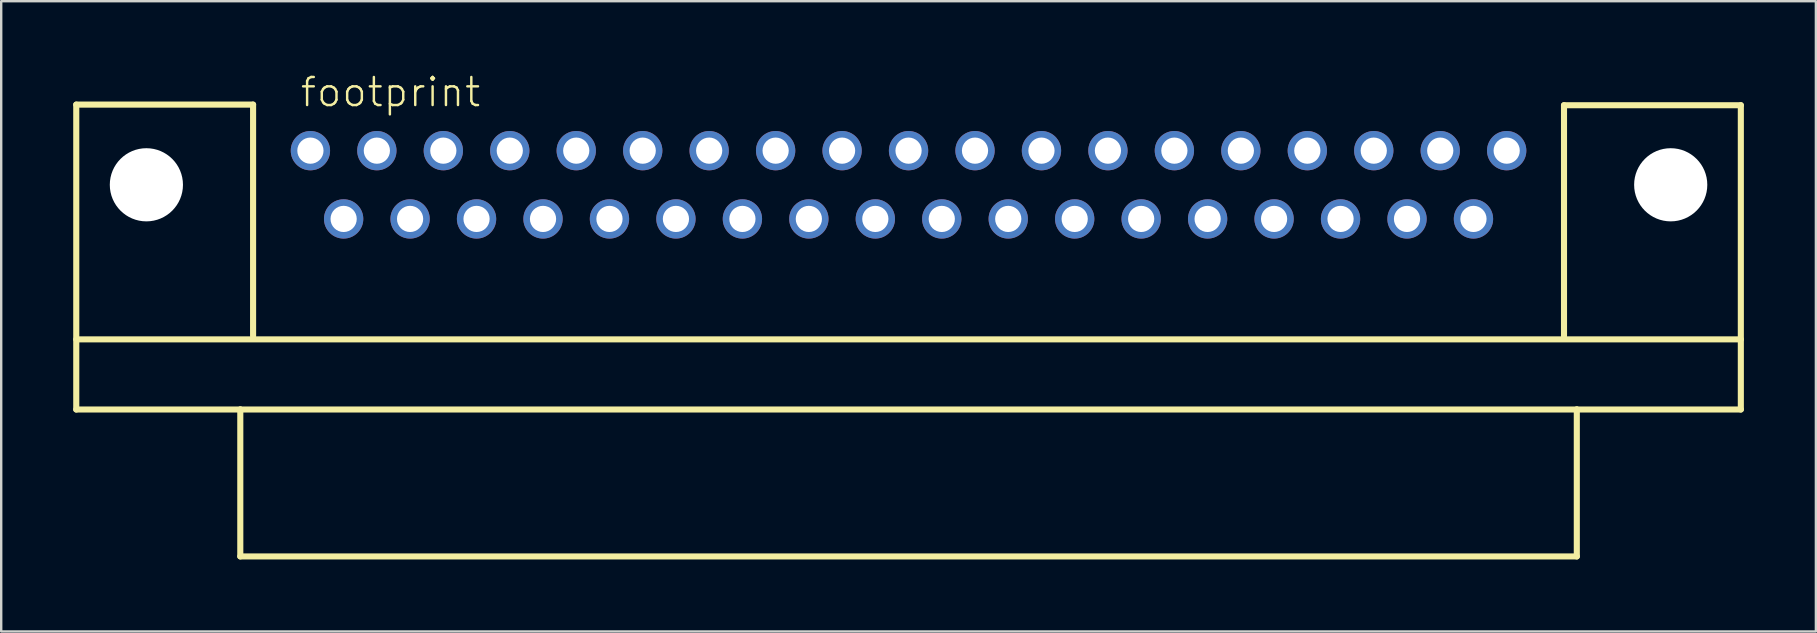
<source format=kicad_pcb>
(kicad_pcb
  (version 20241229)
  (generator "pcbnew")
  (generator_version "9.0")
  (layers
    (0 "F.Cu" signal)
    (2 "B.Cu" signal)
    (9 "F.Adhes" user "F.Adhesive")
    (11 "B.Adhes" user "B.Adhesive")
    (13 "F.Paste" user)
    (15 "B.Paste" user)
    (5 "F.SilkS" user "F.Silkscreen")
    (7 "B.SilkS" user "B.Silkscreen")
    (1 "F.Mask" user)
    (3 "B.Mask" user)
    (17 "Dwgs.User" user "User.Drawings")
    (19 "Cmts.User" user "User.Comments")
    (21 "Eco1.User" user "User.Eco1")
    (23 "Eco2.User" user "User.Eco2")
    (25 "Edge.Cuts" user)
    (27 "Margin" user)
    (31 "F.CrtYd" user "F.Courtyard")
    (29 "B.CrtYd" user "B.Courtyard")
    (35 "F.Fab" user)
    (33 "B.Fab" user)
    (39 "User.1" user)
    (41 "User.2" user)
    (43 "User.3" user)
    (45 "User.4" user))
  (footprint "footprint"
    (layer "F.Cu")
    (at 34.798 4.648)
    (property "Reference" "footprint" (at -25.4 -3.175 0) (layer "F.SilkS") (effects (font (size 1.168 1.168) (thickness 0.102)) (justify left bottom)))
    (fp_line (start -34.671 -3.34) (end -27.305 -3.34) (stroke (width 0.254) (type solid)) (layer "F.SilkS"))
    (fp_line (start -34.671 6.439) (end 34.671 6.439) (stroke (width 0.254) (type solid)) (layer "F.SilkS"))
    (fp_line (start -34.671 9.36) (end -34.671 -3.34) (stroke (width 0.254) (type solid)) (layer "F.SilkS"))
    (fp_line (start -27.838 9.36) (end -34.671 9.36) (stroke (width 0.254) (type solid)) (layer "F.SilkS"))
    (fp_line (start -27.838 9.36) (end 27.838 9.36) (stroke (width 0.254) (type solid)) (layer "F.SilkS"))
    (fp_line (start -27.838 15.481) (end -27.838 9.36) (stroke (width 0.254) (type solid)) (layer "F.SilkS"))
    (fp_line (start -27.305 -3.34) (end -27.305 6.299) (stroke (width 0.254) (type solid)) (layer "F.SilkS"))
    (fp_line (start 27.305 -3.315) (end 27.305 6.299) (stroke (width 0.254) (type solid)) (layer "F.SilkS"))
    (fp_line (start 27.838 9.36) (end 27.838 15.481) (stroke (width 0.254) (type solid)) (layer "F.SilkS"))
    (fp_line (start 27.838 15.481) (end -27.838 15.481) (stroke (width 0.254) (type solid)) (layer "F.SilkS"))
    (fp_line (start 34.671 -3.315) (end 27.305 -3.315) (stroke (width 0.254) (type solid)) (layer "F.SilkS"))
    (fp_line (start 34.671 -3.315) (end 34.671 9.36) (stroke (width 0.254) (type solid)) (layer "F.SilkS"))
    (fp_line (start 34.671 9.36) (end 27.838 9.36) (stroke (width 0.254) (type solid)) (layer "F.SilkS"))
    (pad "" np_thru_hole circle (at -31.75 0) (size 3.048 3.048) (drill 3.048) (layers "*.Cu" "*.Mask"))
    (pad "" np_thru_hole circle (at 31.75 0) (size 3.048 3.048) (drill 3.048) (layers "*.Cu" "*.Mask"))
    (pad "1" thru_hole circle (at 24.917 -1.422) (size 1.638 1.638) (drill 1.092) (layers "*.Cu" "*.Mask"))
    (pad "2" thru_hole circle (at 22.149 -1.422) (size 1.638 1.638) (drill 1.092) (layers "*.Cu" "*.Mask"))
    (pad "3" thru_hole circle (at 19.38 -1.422) (size 1.638 1.638) (drill 1.092) (layers "*.Cu" "*.Mask"))
    (pad "4" thru_hole circle (at 16.612 -1.422) (size 1.638 1.638) (drill 1.092) (layers "*.Cu" "*.Mask"))
    (pad "5" thru_hole circle (at 13.843 -1.422) (size 1.638 1.638) (drill 1.092) (layers "*.Cu" "*.Mask"))
    (pad "6" thru_hole circle (at 11.074 -1.422) (size 1.638 1.638) (drill 1.092) (layers "*.Cu" "*.Mask"))
    (pad "7" thru_hole circle (at 8.306 -1.422) (size 1.638 1.638) (drill 1.092) (layers "*.Cu" "*.Mask"))
    (pad "8" thru_hole circle (at 5.537 -1.422) (size 1.638 1.638) (drill 1.092) (layers "*.Cu" "*.Mask"))
    (pad "9" thru_hole circle (at 2.769 -1.422) (size 1.638 1.638) (drill 1.092) (layers "*.Cu" "*.Mask"))
    (pad "10" thru_hole circle (at 0 -1.422) (size 1.638 1.638) (drill 1.092) (layers "*.Cu" "*.Mask"))
    (pad "11" thru_hole circle (at -2.769 -1.422) (size 1.638 1.638) (drill 1.092) (layers "*.Cu" "*.Mask"))
    (pad "12" thru_hole circle (at -5.537 -1.422) (size 1.638 1.638) (drill 1.092) (layers "*.Cu" "*.Mask"))
    (pad "13" thru_hole circle (at -8.306 -1.422) (size 1.638 1.638) (drill 1.092) (layers "*.Cu" "*.Mask"))
    (pad "14" thru_hole circle (at -11.074 -1.422) (size 1.638 1.638) (drill 1.092) (layers "*.Cu" "*.Mask"))
    (pad "15" thru_hole circle (at -13.843 -1.422) (size 1.638 1.638) (drill 1.092) (layers "*.Cu" "*.Mask"))
    (pad "16" thru_hole circle (at -16.612 -1.422) (size 1.638 1.638) (drill 1.092) (layers "*.Cu" "*.Mask"))
    (pad "17" thru_hole circle (at -19.38 -1.422) (size 1.638 1.638) (drill 1.092) (layers "*.Cu" "*.Mask"))
    (pad "18" thru_hole circle (at -22.149 -1.422) (size 1.638 1.638) (drill 1.092) (layers "*.Cu" "*.Mask"))
    (pad "19" thru_hole circle (at -24.917 -1.422) (size 1.638 1.638) (drill 1.092) (layers "*.Cu" "*.Mask"))
    (pad "20" thru_hole circle (at 23.533 1.422) (size 1.638 1.638) (drill 1.092) (layers "*.Cu" "*.Mask"))
    (pad "21" thru_hole circle (at 20.765 1.422) (size 1.638 1.638) (drill 1.092) (layers "*.Cu" "*.Mask"))
    (pad "22" thru_hole circle (at 17.996 1.422) (size 1.638 1.638) (drill 1.092) (layers "*.Cu" "*.Mask"))
    (pad "23" thru_hole circle (at 15.227 1.422) (size 1.638 1.638) (drill 1.092) (layers "*.Cu" "*.Mask"))
    (pad "24" thru_hole circle (at 12.459 1.422) (size 1.638 1.638) (drill 1.092) (layers "*.Cu" "*.Mask"))
    (pad "25" thru_hole circle (at 9.69 1.422) (size 1.638 1.638) (drill 1.092) (layers "*.Cu" "*.Mask"))
    (pad "26" thru_hole circle (at 6.921 1.422) (size 1.638 1.638) (drill 1.092) (layers "*.Cu" "*.Mask"))
    (pad "27" thru_hole circle (at 4.153 1.422) (size 1.638 1.638) (drill 1.092) (layers "*.Cu" "*.Mask"))
    (pad "28" thru_hole circle (at 1.384 1.422) (size 1.638 1.638) (drill 1.092) (layers "*.Cu" "*.Mask"))
    (pad "29" thru_hole circle (at -1.384 1.422) (size 1.638 1.638) (drill 1.092) (layers "*.Cu" "*.Mask"))
    (pad "30" thru_hole circle (at -4.153 1.422) (size 1.638 1.638) (drill 1.092) (layers "*.Cu" "*.Mask"))
    (pad "31" thru_hole circle (at -6.921 1.422) (size 1.638 1.638) (drill 1.092) (layers "*.Cu" "*.Mask"))
    (pad "32" thru_hole circle (at -9.69 1.422) (size 1.638 1.638) (drill 1.092) (layers "*.Cu" "*.Mask"))
    (pad "33" thru_hole circle (at -12.459 1.422) (size 1.638 1.638) (drill 1.092) (layers "*.Cu" "*.Mask"))
    (pad "34" thru_hole circle (at -15.227 1.422) (size 1.638 1.638) (drill 1.092) (layers "*.Cu" "*.Mask"))
    (pad "35" thru_hole circle (at -17.996 1.422) (size 1.638 1.638) (drill 1.092) (layers "*.Cu" "*.Mask"))
    (pad "36" thru_hole circle (at -20.765 1.422) (size 1.638 1.638) (drill 1.092) (layers "*.Cu" "*.Mask"))
    (pad "37" thru_hole circle (at -23.533 1.422) (size 1.638 1.638) (drill 1.092) (layers "*.Cu" "*.Mask")))
  (gr_rect
    (start -3 -3)
    (end 72.596 23.256)
    (stroke (width 0.1) (type default))
    (fill no)
    (layer "Edge.Cuts")))
</source>
